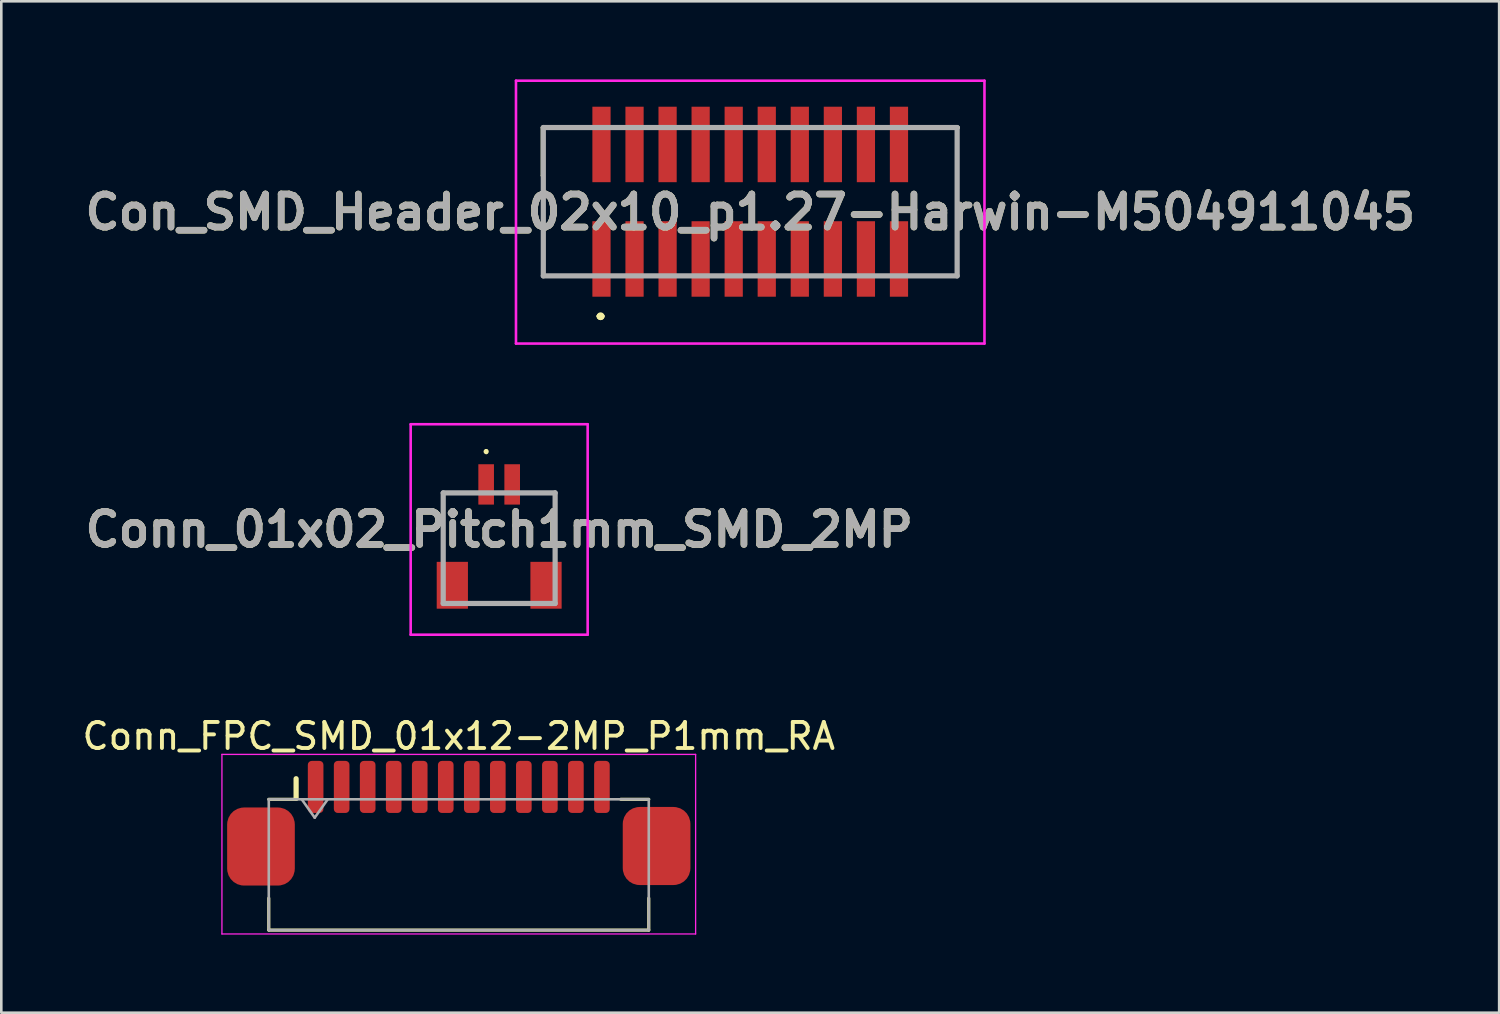
<source format=kicad_pcb>
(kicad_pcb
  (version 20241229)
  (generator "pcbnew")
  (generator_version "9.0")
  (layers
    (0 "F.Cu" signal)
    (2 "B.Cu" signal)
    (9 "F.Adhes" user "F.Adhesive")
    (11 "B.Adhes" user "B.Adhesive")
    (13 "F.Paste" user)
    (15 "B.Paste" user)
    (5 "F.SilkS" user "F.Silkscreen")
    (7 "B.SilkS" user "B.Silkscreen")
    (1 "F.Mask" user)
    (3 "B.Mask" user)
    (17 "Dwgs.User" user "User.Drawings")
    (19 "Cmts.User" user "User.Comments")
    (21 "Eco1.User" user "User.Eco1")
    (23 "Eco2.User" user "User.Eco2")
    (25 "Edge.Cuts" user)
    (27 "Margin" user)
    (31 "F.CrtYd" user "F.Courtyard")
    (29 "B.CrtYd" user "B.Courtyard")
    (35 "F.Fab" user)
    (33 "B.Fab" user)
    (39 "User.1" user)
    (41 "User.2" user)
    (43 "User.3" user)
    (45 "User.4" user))
  (footprint "Conn_FPC_SMD_01x12-2MP_P1mm_RA"
    (layer "F.Cu")
    (at 14.577 29.935)
    (property "Reference" "Conn_FPC_SMD_01x12-2MP_P1mm_RA" (at 0 -4.7 0) (layer "F.SilkS") (effects (font (size 1 1) (thickness 0.15))))
    (attr smd)
    (fp_line (start -7.3 -2.275) (end -6.225 -2.275) (stroke (width 0.12) (type solid)) (layer "F.SilkS"))
    (fp_line (start -7.3 2.75) (end -7.3 1.525) (stroke (width 0.12) (type solid)) (layer "F.SilkS"))
    (fp_line (start -7.3 2.75) (end 7.3 2.75) (stroke (width 0.12) (type solid)) (layer "F.SilkS"))
    (fp_line (start -6.25 -2.325) (end -6.25 -3.065) (stroke (width 0.2) (type solid)) (layer "F.SilkS"))
    (fp_line (start 7.3 -2.275) (end 6.225 -2.275) (stroke (width 0.12) (type solid)) (layer "F.SilkS"))
    (fp_line (start 7.3 2.75) (end 7.3 1.525) (stroke (width 0.12) (type solid)) (layer "F.SilkS"))
    (fp_line (start -9.1 -4) (end -9.1 2.9) (stroke (width 0.05) (type solid)) (layer "F.CrtYd"))
    (fp_line (start -9.1 -4) (end 9.1 -4) (stroke (width 0.05) (type solid)) (layer "F.CrtYd"))
    (fp_line (start -9.1 2.9) (end 9.1 2.9) (stroke (width 0.05) (type solid)) (layer "F.CrtYd"))
    (fp_line (start 9.1 2.9) (end 9.1 -4) (stroke (width 0.05) (type solid)) (layer "F.CrtYd"))
    (fp_line (start -7.3 -2.275) (end -7.3 2.75) (stroke (width 0.1) (type solid)) (layer "F.Fab"))
    (fp_line (start -5.535 -1.568) (end -6.035 -2.275) (stroke (width 0.1) (type solid)) (layer "F.Fab"))
    (fp_line (start -5.035 -2.275) (end -5.535 -1.568) (stroke (width 0.1) (type solid)) (layer "F.Fab"))
    (fp_line (start 7.3 -2.275) (end -7.3 -2.275) (stroke (width 0.1) (type solid)) (layer "F.Fab"))
    (fp_line (start 7.3 -2.275) (end 7.3 2.75) (stroke (width 0.1) (type solid)) (layer "F.Fab"))
    (fp_line (start 7.3 2.75) (end -7.3 2.75) (stroke (width 0.1) (type solid)) (layer "F.Fab"))
    (pad "1" smd roundrect (at -5.5 -2.75 180) (size 0.6 2) (layers "F.Cu" "F.Mask" "F.Paste") (roundrect_rratio 0.25))
    (pad "2" smd roundrect (at -4.5 -2.75 180) (size 0.6 2) (layers "F.Cu" "F.Mask" "F.Paste") (roundrect_rratio 0.25))
    (pad "3" smd roundrect (at -3.5 -2.75 180) (size 0.6 2) (layers "F.Cu" "F.Mask" "F.Paste") (roundrect_rratio 0.25))
    (pad "4" smd roundrect (at -2.5 -2.75 180) (size 0.6 2) (layers "F.Cu" "F.Mask" "F.Paste") (roundrect_rratio 0.25))
    (pad "5" smd roundrect (at -1.5 -2.75 180) (size 0.6 2) (layers "F.Cu" "F.Mask" "F.Paste") (roundrect_rratio 0.25))
    (pad "6" smd roundrect (at -0.5 -2.75 180) (size 0.6 2) (layers "F.Cu" "F.Mask" "F.Paste") (roundrect_rratio 0.25))
    (pad "7" smd roundrect (at 0.5 -2.75 180) (size 0.6 2) (layers "F.Cu" "F.Mask" "F.Paste") (roundrect_rratio 0.25))
    (pad "8" smd roundrect (at 1.5 -2.75 180) (size 0.6 2) (layers "F.Cu" "F.Mask" "F.Paste") (roundrect_rratio 0.25))
    (pad "9" smd roundrect (at 2.5 -2.75 180) (size 0.6 2) (layers "F.Cu" "F.Mask" "F.Paste") (roundrect_rratio 0.25))
    (pad "10" smd roundrect (at 3.5 -2.75 180) (size 0.6 2) (layers "F.Cu" "F.Mask" "F.Paste") (roundrect_rratio 0.25))
    (pad "11" smd roundrect (at 4.5 -2.75 180) (size 0.6 2) (layers "F.Cu" "F.Mask" "F.Paste") (roundrect_rratio 0.25))
    (pad "12" smd roundrect (at 5.5 -2.75 180) (size 0.6 2) (layers "F.Cu" "F.Mask" "F.Paste") (roundrect_rratio 0.25))
    (pad "MP" smd roundrect (at -7.6 -0.46 180) (size 2.6 3) (layers "F.Cu" "F.Mask" "F.Paste") (roundrect_rratio 0.25))
    (pad "MP" smd roundrect (at 7.6 -0.48 180) (size 2.6 3) (layers "F.Cu" "F.Mask" "F.Paste") (roundrect_rratio 0.25)))
  (footprint "Conn_01x02_Pitch1mm_SMD_2MP"
    (layer "F.Cu")
    (at 16.129 17.85)
    (property "Reference" "Conn_01x02_Pitch1mm_SMD_2MP" (at 0 -0.556 0) (layer "F.SilkS") (effects (font (size 1.27 1.27) (thickness 0.254))))
    (attr smd)
    (fp_line (start -2.15 -1.962) (end -2.15 0) (stroke (width 0.1) (type solid)) (layer "F.SilkS"))
    (fp_line (start -1 2.287) (end 1 2.287) (stroke (width 0.1) (type solid)) (layer "F.SilkS"))
    (fp_line (start -0.5 -3.6) (end -0.5 -3.6) (stroke (width 0.1) (type solid)) (layer "F.SilkS"))
    (fp_line (start -0.5 -3.5) (end -0.5 -3.5) (stroke (width 0.1) (type solid)) (layer "F.SilkS"))
    (fp_line (start 2.15 -2) (end 2.15 0) (stroke (width 0.1) (type solid)) (layer "F.SilkS"))
    (fp_arc (start -0.5 -3.6) (mid -0.45 -3.55) (end -0.5 -3.5) (stroke (width 0.1) (type solid)) (layer "F.SilkS"))
    (fp_arc (start -0.5 -3.5) (mid -0.55 -3.55) (end -0.5 -3.6) (stroke (width 0.1) (type solid)) (layer "F.SilkS"))
    (fp_line (start -3.4 -4.6) (end 3.4 -4.6) (stroke (width 0.1) (type solid)) (layer "F.CrtYd"))
    (fp_line (start -3.4 3.487) (end -3.4 -4.6) (stroke (width 0.1) (type solid)) (layer "F.CrtYd"))
    (fp_line (start 3.4 -4.6) (end 3.4 3.487) (stroke (width 0.1) (type solid)) (layer "F.CrtYd"))
    (fp_line (start 3.4 3.487) (end -3.4 3.487) (stroke (width 0.1) (type solid)) (layer "F.CrtYd"))
    (fp_line (start -2.15 -1.962) (end 2.15 -1.962) (stroke (width 0.2) (type solid)) (layer "F.Fab"))
    (fp_line (start -2.15 2.287) (end -2.15 -1.962) (stroke (width 0.2) (type solid)) (layer "F.Fab"))
    (fp_line (start 2.15 -1.962) (end 2.15 2.287) (stroke (width 0.2) (type solid)) (layer "F.Fab"))
    (fp_line (start 2.15 2.287) (end -2.15 2.287) (stroke (width 0.2) (type solid)) (layer "F.Fab"))
    (fp_text user "${REFERENCE}" (at 0 -0.556 0) (layer "F.Fab") (effects (font (size 1.27 1.27) (thickness 0.254))))
    (pad "1" smd rect (at -0.5 -2.288) (size 0.6 1.55) (layers "F.Cu" "F.Mask" "F.Paste"))
    (pad "2" smd rect (at 0.5 -2.288) (size 0.6 1.55) (layers "F.Cu" "F.Mask" "F.Paste"))
    (pad "MP" smd rect (at -1.8 1.587) (size 1.2 1.8) (layers "F.Cu" "F.Mask" "F.Paste"))
    (pad "MP" smd rect (at 1.8 1.587) (size 1.2 1.8) (layers "F.Cu" "F.Mask" "F.Paste")))
  (footprint "Con_SMD_Header_02x10_p1.27-Harwin-M504911045"
    (layer "F.Cu")
    (at 25.775 4.7)
    (property "Reference" "Con_SMD_Header_02x10_p1.27-Harwin-M504911045" (at 0 0.4 0) (layer "F.SilkS") (effects (font (size 1.27 1.27) (thickness 0.254))))
    (attr through_hole)
    (fp_line (start -8 -2.85) (end -8 -1) (stroke (width 0.1) (type solid)) (layer "F.SilkS"))
    (fp_line (start -8 -1) (end -7.95 -1) (stroke (width 0.1) (type solid)) (layer "F.SilkS"))
    (fp_line (start -7.95 -2.85) (end -8 -2.85) (stroke (width 0.1) (type solid)) (layer "F.SilkS"))
    (fp_line (start -7.95 -2.85) (end -7.95 -2.85) (stroke (width 0.1) (type solid)) (layer "F.SilkS"))
    (fp_line (start -7.95 -2.85) (end -6.75 -2.85) (stroke (width 0.1) (type solid)) (layer "F.SilkS"))
    (fp_line (start -7.95 -1) (end -7.95 -2.85) (stroke (width 0.1) (type solid)) (layer "F.SilkS"))
    (fp_line (start -7.95 1) (end -7.95 1) (stroke (width 0.1) (type solid)) (layer "F.SilkS"))
    (fp_line (start -7.95 1) (end -7.95 2.85) (stroke (width 0.1) (type solid)) (layer "F.SilkS"))
    (fp_line (start -7.95 2.85) (end -7.95 1) (stroke (width 0.1) (type solid)) (layer "F.SilkS"))
    (fp_line (start -7.95 2.85) (end -7.95 2.85) (stroke (width 0.1) (type solid)) (layer "F.SilkS"))
    (fp_line (start -7.95 2.85) (end -7.95 2.85) (stroke (width 0.1) (type solid)) (layer "F.SilkS"))
    (fp_line (start -7.95 2.85) (end -6.5 2.85) (stroke (width 0.1) (type solid)) (layer "F.SilkS"))
    (fp_line (start -6.75 -2.85) (end -7.95 -2.85) (stroke (width 0.1) (type solid)) (layer "F.SilkS"))
    (fp_line (start -6.75 -2.85) (end -6.75 -2.85) (stroke (width 0.1) (type solid)) (layer "F.SilkS"))
    (fp_line (start -6.5 2.85) (end -7.95 2.85) (stroke (width 0.1) (type solid)) (layer "F.SilkS"))
    (fp_line (start -6.5 2.85) (end -6.5 2.85) (stroke (width 0.1) (type solid)) (layer "F.SilkS"))
    (fp_line (start -5.8 4.4) (end -5.8 4.4) (stroke (width 0.2) (type solid)) (layer "F.SilkS"))
    (fp_line (start -5.8 4.4) (end -5.8 4.4) (stroke (width 0.2) (type solid)) (layer "F.SilkS"))
    (fp_line (start -5.7 4.4) (end -5.7 4.4) (stroke (width 0.2) (type solid)) (layer "F.SilkS"))
    (fp_line (start 6.75 -2.85) (end 6.75 -2.85) (stroke (width 0.1) (type solid)) (layer "F.SilkS"))
    (fp_line (start 6.75 -2.85) (end 8 -2.85) (stroke (width 0.1) (type solid)) (layer "F.SilkS"))
    (fp_line (start 6.75 2.85) (end 6.75 2.85) (stroke (width 0.1) (type solid)) (layer "F.SilkS"))
    (fp_line (start 6.75 2.85) (end 7.95 2.85) (stroke (width 0.1) (type solid)) (layer "F.SilkS"))
    (fp_line (start 7.95 -2.85) (end 7.95 -2.85) (stroke (width 0.1) (type solid)) (layer "F.SilkS"))
    (fp_line (start 7.95 -2.85) (end 7.95 -0.75) (stroke (width 0.1) (type solid)) (layer "F.SilkS"))
    (fp_line (start 7.95 -0.75) (end 7.95 -2.85) (stroke (width 0.1) (type solid)) (layer "F.SilkS"))
    (fp_line (start 7.95 -0.75) (end 7.95 -0.75) (stroke (width 0.1) (type solid)) (layer "F.SilkS"))
    (fp_line (start 7.95 0.75) (end 7.95 0.75) (stroke (width 0.1) (type solid)) (layer "F.SilkS"))
    (fp_line (start 7.95 0.75) (end 7.95 2.85) (stroke (width 0.1) (type solid)) (layer "F.SilkS"))
    (fp_line (start 7.95 2.85) (end 6.75 2.85) (stroke (width 0.1) (type solid)) (layer "F.SilkS"))
    (fp_line (start 7.95 2.85) (end 7.95 0.75) (stroke (width 0.1) (type solid)) (layer "F.SilkS"))
    (fp_line (start 7.95 2.85) (end 7.95 2.85) (stroke (width 0.1) (type solid)) (layer "F.SilkS"))
    (fp_line (start 7.95 2.85) (end 7.95 2.85) (stroke (width 0.1) (type solid)) (layer "F.SilkS"))
    (fp_line (start 8 -2.85) (end 6.75 -2.85) (stroke (width 0.1) (type solid)) (layer "F.SilkS"))
    (fp_line (start 8 -2.85) (end 8 -2.85) (stroke (width 0.1) (type solid)) (layer "F.SilkS"))
    (fp_arc (start -5.8 4.4) (mid -5.75 4.35) (end -5.7 4.4) (stroke (width 0.2) (type solid)) (layer "F.SilkS"))
    (fp_arc (start -5.7 4.4) (mid -5.75 4.45) (end -5.8 4.4) (stroke (width 0.2) (type solid)) (layer "F.SilkS"))
    (fp_arc (start -5.7 4.4) (mid -5.75 4.45) (end -5.8 4.4) (stroke (width 0.2) (type solid)) (layer "F.SilkS"))
    (fp_line (start -9 -4.65) (end 9 -4.65) (stroke (width 0.1) (type solid)) (layer "F.CrtYd"))
    (fp_line (start -9 5.45) (end -9 -4.65) (stroke (width 0.1) (type solid)) (layer "F.CrtYd"))
    (fp_line (start 9 -4.65) (end 9 5.45) (stroke (width 0.1) (type solid)) (layer "F.CrtYd"))
    (fp_line (start 9 5.45) (end -9 5.45) (stroke (width 0.1) (type solid)) (layer "F.CrtYd"))
    (fp_line (start -7.95 -2.85) (end 7.95 -2.85) (stroke (width 0.2) (type solid)) (layer "F.Fab"))
    (fp_line (start -7.95 2.85) (end -7.95 -2.85) (stroke (width 0.2) (type solid)) (layer "F.Fab"))
    (fp_line (start 7.95 -2.85) (end 7.95 2.85) (stroke (width 0.2) (type solid)) (layer "F.Fab"))
    (fp_line (start 7.95 2.85) (end -7.95 2.85) (stroke (width 0.2) (type solid)) (layer "F.Fab"))
    (fp_text user "${REFERENCE}" (at 0 0.4 0) (layer "F.Fab") (effects (font (size 1.27 1.27) (thickness 0.254))))
    (pad "" np_thru_hole circle (at -7.295 0) (size 0.001 0.001) (drill 1.35) (layers "*.Cu" "*.Mask"))
    (pad "" np_thru_hole circle (at 7.295 0) (size 0.001 0.001) (drill 0.95) (layers "*.Cu" "*.Mask"))
    (pad "1" smd rect (at -5.715 2.2) (size 0.7 2.9) (layers "F.Cu" "F.Mask" "F.Paste"))
    (pad "2" smd rect (at -5.715 -2.2) (size 0.7 2.9) (layers "F.Cu" "F.Mask" "F.Paste"))
    (pad "3" smd rect (at -4.445 2.2) (size 0.7 2.9) (layers "F.Cu" "F.Mask" "F.Paste"))
    (pad "4" smd rect (at -4.445 -2.2) (size 0.7 2.9) (layers "F.Cu" "F.Mask" "F.Paste"))
    (pad "5" smd rect (at -3.175 2.2) (size 0.7 2.9) (layers "F.Cu" "F.Mask" "F.Paste"))
    (pad "6" smd rect (at -3.175 -2.2) (size 0.7 2.9) (layers "F.Cu" "F.Mask" "F.Paste"))
    (pad "7" smd rect (at -1.905 2.2) (size 0.7 2.9) (layers "F.Cu" "F.Mask" "F.Paste"))
    (pad "8" smd rect (at -1.905 -2.2) (size 0.7 2.9) (layers "F.Cu" "F.Mask" "F.Paste"))
    (pad "9" smd rect (at -0.635 2.2) (size 0.7 2.9) (layers "F.Cu" "F.Mask" "F.Paste"))
    (pad "10" smd rect (at -0.635 -2.2) (size 0.7 2.9) (layers "F.Cu" "F.Mask" "F.Paste"))
    (pad "11" smd rect (at 0.635 2.2) (size 0.7 2.9) (layers "F.Cu" "F.Mask" "F.Paste"))
    (pad "12" smd rect (at 0.635 -2.2) (size 0.7 2.9) (layers "F.Cu" "F.Mask" "F.Paste"))
    (pad "13" smd rect (at 1.905 2.2) (size 0.7 2.9) (layers "F.Cu" "F.Mask" "F.Paste"))
    (pad "14" smd rect (at 1.905 -2.2) (size 0.7 2.9) (layers "F.Cu" "F.Mask" "F.Paste"))
    (pad "15" smd rect (at 3.175 2.2) (size 0.7 2.9) (layers "F.Cu" "F.Mask" "F.Paste"))
    (pad "16" smd rect (at 3.175 -2.2) (size 0.7 2.9) (layers "F.Cu" "F.Mask" "F.Paste"))
    (pad "17" smd rect (at 4.445 2.2) (size 0.7 2.9) (layers "F.Cu" "F.Mask" "F.Paste"))
    (pad "18" smd rect (at 4.445 -2.2) (size 0.7 2.9) (layers "F.Cu" "F.Mask" "F.Paste"))
    (pad "19" smd rect (at 5.715 2.2) (size 0.7 2.9) (layers "F.Cu" "F.Mask" "F.Paste"))
    (pad "20" smd rect (at 5.715 -2.2) (size 0.7 2.9) (layers "F.Cu" "F.Mask" "F.Paste")))
  (gr_rect
    (start -3 -3)
    (end 54.55 35.86)
    (stroke (width 0.1) (type default))
    (fill no)
    (layer "Edge.Cuts")))
</source>
